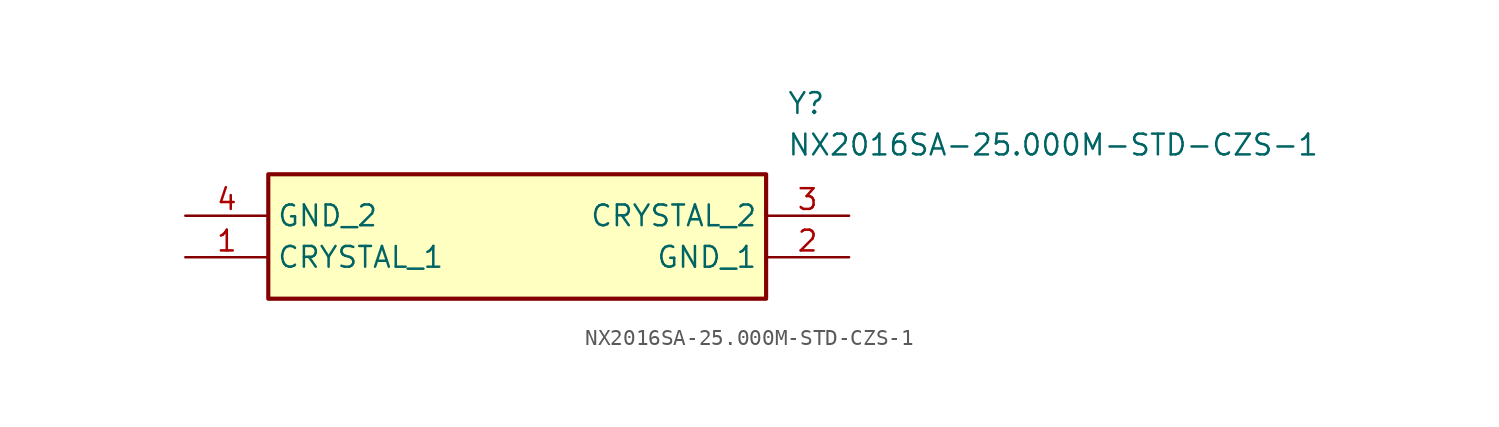
<source format=kicad_sym>
(kicad_symbol_lib
  (version 20211014)
  (generator SamacSys_ECAD_Model)
  (symbol "NX2016SA-25.000M-STD-CZS-1"
    (property "Reference" "Y"
      (at 36.83 7.62 0)
      (effects (font (size 1.27 1.27)) (justify left top)))
    (property "Value" "NX2016SA-25.000M-STD-CZS-1"
      (at 36.83 5.08 0)
      (effects (font (size 1.27 1.27)) (justify left top)))
    (rectangle
      (start 5.08 2.54)
      (end 35.56 -5.08)
      (stroke (width 0.254) (type default))
      (fill (type background)))
    (pin passive line
      (at 0 -2.54 0)
      (length 5.08)
      (name "CRYSTAL_1" (effects (font (size 1.27 1.27))))
      (number "1" (effects (font (size 1.27 1.27)))))
    (pin passive line
      (at 40.64 -2.54 180)
      (length 5.08)
      (name "GND_1" (effects (font (size 1.27 1.27))))
      (number "2" (effects (font (size 1.27 1.27)))))
    (pin passive line
      (at 40.64 0 180)
      (length 5.08)
      (name "CRYSTAL_2" (effects (font (size 1.27 1.27))))
      (number "3" (effects (font (size 1.27 1.27)))))
    (pin passive line
      (at 0 0 0)
      (length 5.08)
      (name "GND_2" (effects (font (size 1.27 1.27))))
      (number "4" (effects (font (size 1.27 1.27)))))))
</source>
